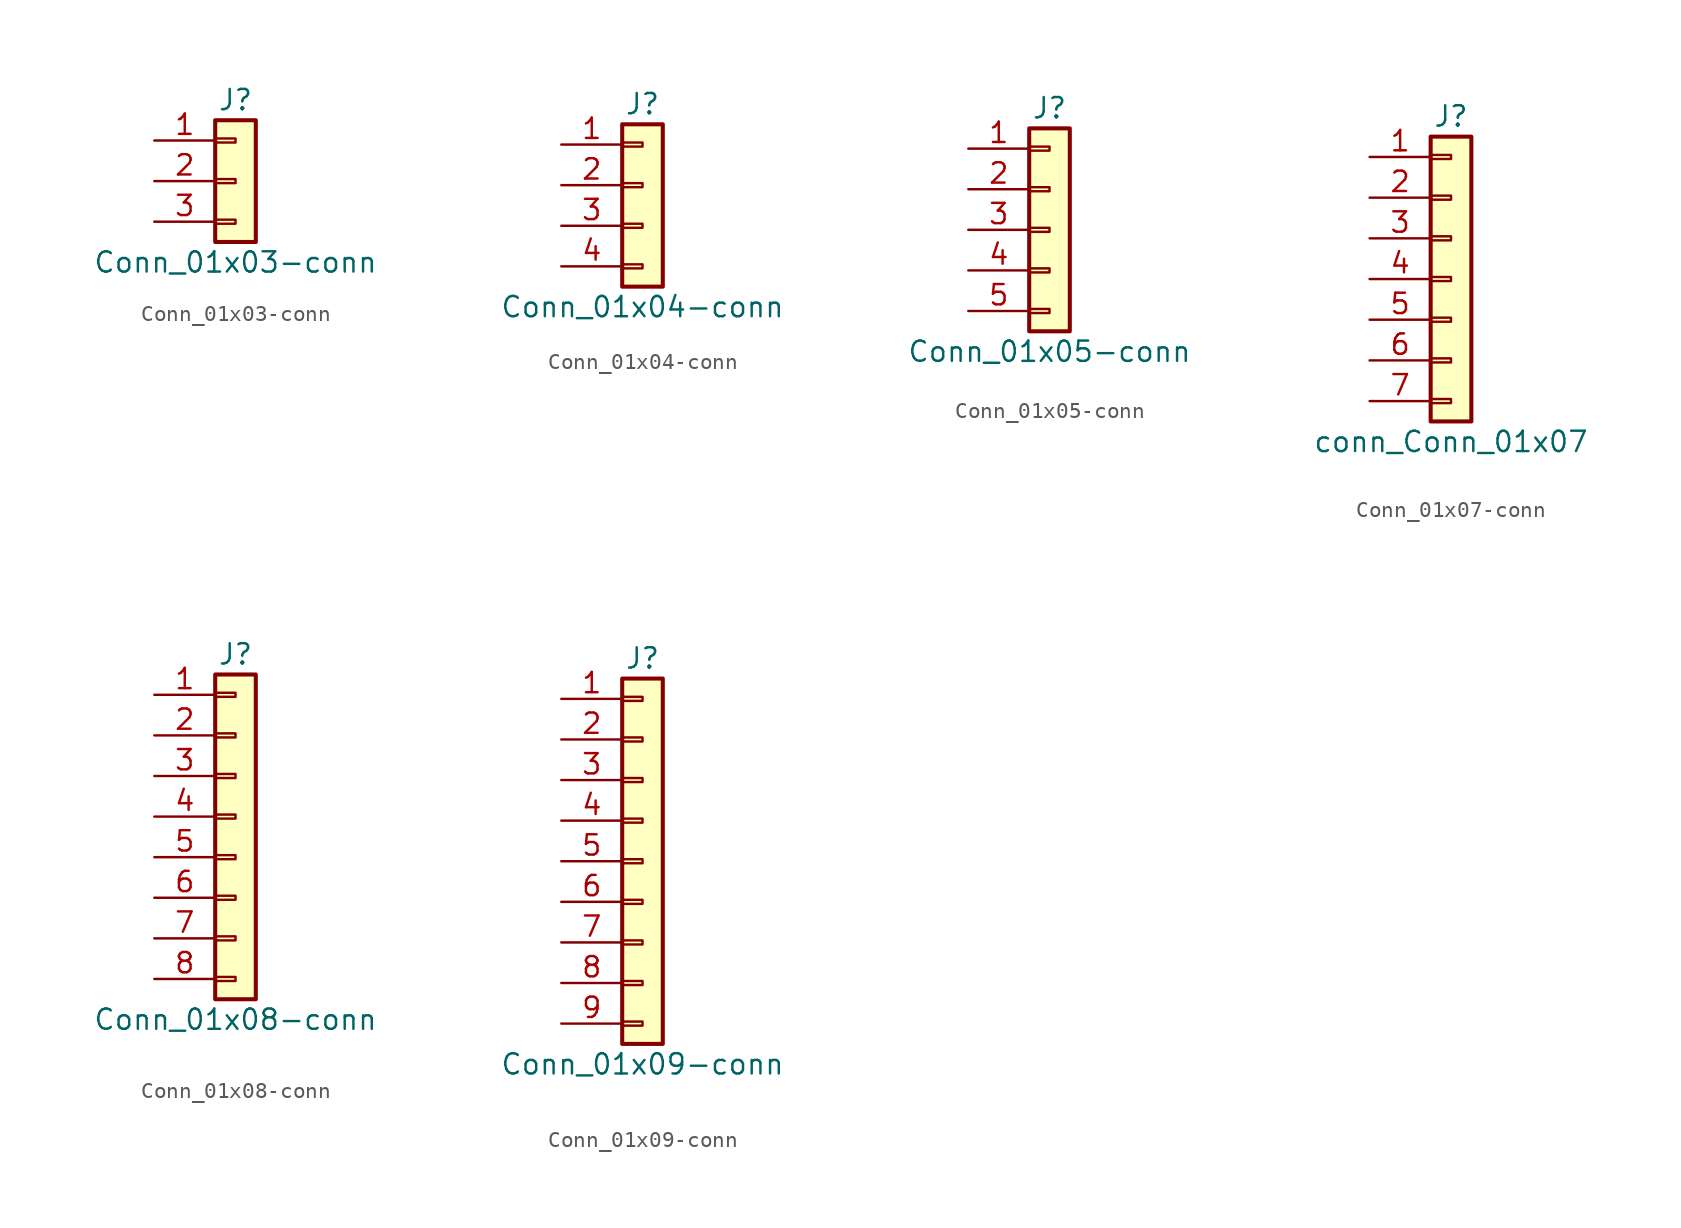
<source format=kicad_sym>
(kicad_symbol_lib
  (version 20220914)
  (generator kicad_symbol_editor)
  (symbol "Conn_01x03-conn"
    (pin_names
      (offset 1.016) hide)
    (property "Reference" "J"
      (at 0 5.08 0)
      (effects (font (size 1.27 1.27))))
    (property "Value" "Conn_01x03-conn"
      (at 0 -5.08 0)
      (effects (font (size 1.27 1.27))))
    (symbol "Conn_01x03-conn_1_1"
      (rectangle (start -1.27 -2.413) (end 0 -2.667) (stroke (width 0.152) (type solid)) (fill (type none)))
      (rectangle (start -1.27 0.127) (end 0 -0.127) (stroke (width 0.152) (type solid)) (fill (type none)))
      (rectangle (start -1.27 2.667) (end 0 2.413) (stroke (width 0.152) (type solid)) (fill (type none)))
      (rectangle (start -1.27 3.81) (end 1.27 -3.81) (stroke (width 0.254) (type solid)) (fill (type background)))
      (pin passive line (at -5.08 2.54 0) (length 3.81) (name "Pin_1" (effects (font (size 1.27 1.27)))) (number "1" (effects (font (size 1.27 1.27)))))
      (pin passive line (at -5.08 0 0) (length 3.81) (name "Pin_2" (effects (font (size 1.27 1.27)))) (number "2" (effects (font (size 1.27 1.27)))))
      (pin passive line (at -5.08 -2.54 0) (length 3.81) (name "Pin_3" (effects (font (size 1.27 1.27)))) (number "3" (effects (font (size 1.27 1.27)))))))
  (symbol "Conn_01x04-conn"
    (pin_names
      (offset 1.016) hide)
    (property "Reference" "J"
      (at 0 5.08 0)
      (effects (font (size 1.27 1.27))))
    (property "Value" "Conn_01x04-conn"
      (at 0 -7.62 0)
      (effects (font (size 1.27 1.27))))
    (symbol "Conn_01x04-conn_1_1"
      (rectangle (start -1.27 -4.953) (end 0 -5.207) (stroke (width 0.152) (type solid)) (fill (type none)))
      (rectangle (start -1.27 -2.413) (end 0 -2.667) (stroke (width 0.152) (type solid)) (fill (type none)))
      (rectangle (start -1.27 0.127) (end 0 -0.127) (stroke (width 0.152) (type solid)) (fill (type none)))
      (rectangle (start -1.27 2.667) (end 0 2.413) (stroke (width 0.152) (type solid)) (fill (type none)))
      (rectangle (start -1.27 3.81) (end 1.27 -6.35) (stroke (width 0.254) (type solid)) (fill (type background)))
      (pin passive line (at -5.08 2.54 0) (length 3.81) (name "Pin_1" (effects (font (size 1.27 1.27)))) (number "1" (effects (font (size 1.27 1.27)))))
      (pin passive line (at -5.08 0 0) (length 3.81) (name "Pin_2" (effects (font (size 1.27 1.27)))) (number "2" (effects (font (size 1.27 1.27)))))
      (pin passive line (at -5.08 -2.54 0) (length 3.81) (name "Pin_3" (effects (font (size 1.27 1.27)))) (number "3" (effects (font (size 1.27 1.27)))))
      (pin passive line (at -5.08 -5.08 0) (length 3.81) (name "Pin_4" (effects (font (size 1.27 1.27)))) (number "4" (effects (font (size 1.27 1.27)))))))
  (symbol "Conn_01x05-conn"
    (pin_names
      (offset 1.016) hide)
    (property "Reference" "J"
      (at 0 7.62 0)
      (effects (font (size 1.27 1.27))))
    (property "Value" "Conn_01x05-conn"
      (at 0 -7.62 0)
      (effects (font (size 1.27 1.27))))
    (symbol "Conn_01x05-conn_1_1"
      (rectangle (start -1.27 -4.953) (end 0 -5.207) (stroke (width 0.152) (type solid)) (fill (type none)))
      (rectangle (start -1.27 -2.413) (end 0 -2.667) (stroke (width 0.152) (type solid)) (fill (type none)))
      (rectangle (start -1.27 0.127) (end 0 -0.127) (stroke (width 0.152) (type solid)) (fill (type none)))
      (rectangle (start -1.27 2.667) (end 0 2.413) (stroke (width 0.152) (type solid)) (fill (type none)))
      (rectangle (start -1.27 5.207) (end 0 4.953) (stroke (width 0.152) (type solid)) (fill (type none)))
      (rectangle (start -1.27 6.35) (end 1.27 -6.35) (stroke (width 0.254) (type solid)) (fill (type background)))
      (pin passive line (at -5.08 5.08 0) (length 3.81) (name "Pin_1" (effects (font (size 1.27 1.27)))) (number "1" (effects (font (size 1.27 1.27)))))
      (pin passive line (at -5.08 2.54 0) (length 3.81) (name "Pin_2" (effects (font (size 1.27 1.27)))) (number "2" (effects (font (size 1.27 1.27)))))
      (pin passive line (at -5.08 0 0) (length 3.81) (name "Pin_3" (effects (font (size 1.27 1.27)))) (number "3" (effects (font (size 1.27 1.27)))))
      (pin passive line (at -5.08 -2.54 0) (length 3.81) (name "Pin_4" (effects (font (size 1.27 1.27)))) (number "4" (effects (font (size 1.27 1.27)))))
      (pin passive line (at -5.08 -5.08 0) (length 3.81) (name "Pin_5" (effects (font (size 1.27 1.27)))) (number "5" (effects (font (size 1.27 1.27)))))))
  (symbol "Conn_01x07-conn"
    (pin_names
      (offset 1.016) hide)
    (property "Reference" "J"
      (at 0 10.16 0)
      (effects (font (size 1.27 1.27))))
    (property "Value" "conn_Conn_01x07"
      (at 0 -10.16 0)
      (effects (font (size 1.27 1.27))))
    (symbol "Conn_01x07-conn_1_1"
      (rectangle (start -1.27 -7.493) (end 0 -7.747) (stroke (width 0.152) (type solid)) (fill (type none)))
      (rectangle (start -1.27 -4.953) (end 0 -5.207) (stroke (width 0.152) (type solid)) (fill (type none)))
      (rectangle (start -1.27 -2.413) (end 0 -2.667) (stroke (width 0.152) (type solid)) (fill (type none)))
      (rectangle (start -1.27 0.127) (end 0 -0.127) (stroke (width 0.152) (type solid)) (fill (type none)))
      (rectangle (start -1.27 2.667) (end 0 2.413) (stroke (width 0.152) (type solid)) (fill (type none)))
      (rectangle (start -1.27 5.207) (end 0 4.953) (stroke (width 0.152) (type solid)) (fill (type none)))
      (rectangle (start -1.27 7.747) (end 0 7.493) (stroke (width 0.152) (type solid)) (fill (type none)))
      (rectangle (start -1.27 8.89) (end 1.27 -8.89) (stroke (width 0.254) (type solid)) (fill (type background)))
      (pin passive line (at -5.08 7.62 0) (length 3.81) (name "Pin_1" (effects (font (size 1.27 1.27)))) (number "1" (effects (font (size 1.27 1.27)))))
      (pin passive line (at -5.08 5.08 0) (length 3.81) (name "Pin_2" (effects (font (size 1.27 1.27)))) (number "2" (effects (font (size 1.27 1.27)))))
      (pin passive line (at -5.08 2.54 0) (length 3.81) (name "Pin_3" (effects (font (size 1.27 1.27)))) (number "3" (effects (font (size 1.27 1.27)))))
      (pin passive line (at -5.08 0 0) (length 3.81) (name "Pin_4" (effects (font (size 1.27 1.27)))) (number "4" (effects (font (size 1.27 1.27)))))
      (pin passive line (at -5.08 -2.54 0) (length 3.81) (name "Pin_5" (effects (font (size 1.27 1.27)))) (number "5" (effects (font (size 1.27 1.27)))))
      (pin passive line (at -5.08 -5.08 0) (length 3.81) (name "Pin_6" (effects (font (size 1.27 1.27)))) (number "6" (effects (font (size 1.27 1.27)))))
      (pin passive line (at -5.08 -7.62 0) (length 3.81) (name "Pin_7" (effects (font (size 1.27 1.27)))) (number "7" (effects (font (size 1.27 1.27)))))))
  (symbol "Conn_01x08-conn"
    (pin_names
      (offset 1.016) hide)
    (property "Reference" "J"
      (at 0 10.16 0)
      (effects (font (size 1.27 1.27))))
    (property "Value" "Conn_01x08-conn"
      (at 0 -12.7 0)
      (effects (font (size 1.27 1.27))))
    (symbol "Conn_01x08-conn_1_1"
      (rectangle (start -1.27 -10.033) (end 0 -10.287) (stroke (width 0.152) (type solid)) (fill (type none)))
      (rectangle (start -1.27 -7.493) (end 0 -7.747) (stroke (width 0.152) (type solid)) (fill (type none)))
      (rectangle (start -1.27 -4.953) (end 0 -5.207) (stroke (width 0.152) (type solid)) (fill (type none)))
      (rectangle (start -1.27 -2.413) (end 0 -2.667) (stroke (width 0.152) (type solid)) (fill (type none)))
      (rectangle (start -1.27 0.127) (end 0 -0.127) (stroke (width 0.152) (type solid)) (fill (type none)))
      (rectangle (start -1.27 2.667) (end 0 2.413) (stroke (width 0.152) (type solid)) (fill (type none)))
      (rectangle (start -1.27 5.207) (end 0 4.953) (stroke (width 0.152) (type solid)) (fill (type none)))
      (rectangle (start -1.27 7.747) (end 0 7.493) (stroke (width 0.152) (type solid)) (fill (type none)))
      (rectangle (start -1.27 8.89) (end 1.27 -11.43) (stroke (width 0.254) (type solid)) (fill (type background)))
      (pin passive line (at -5.08 7.62 0) (length 3.81) (name "Pin_1" (effects (font (size 1.27 1.27)))) (number "1" (effects (font (size 1.27 1.27)))))
      (pin passive line (at -5.08 5.08 0) (length 3.81) (name "Pin_2" (effects (font (size 1.27 1.27)))) (number "2" (effects (font (size 1.27 1.27)))))
      (pin passive line (at -5.08 2.54 0) (length 3.81) (name "Pin_3" (effects (font (size 1.27 1.27)))) (number "3" (effects (font (size 1.27 1.27)))))
      (pin passive line (at -5.08 0 0) (length 3.81) (name "Pin_4" (effects (font (size 1.27 1.27)))) (number "4" (effects (font (size 1.27 1.27)))))
      (pin passive line (at -5.08 -2.54 0) (length 3.81) (name "Pin_5" (effects (font (size 1.27 1.27)))) (number "5" (effects (font (size 1.27 1.27)))))
      (pin passive line (at -5.08 -5.08 0) (length 3.81) (name "Pin_6" (effects (font (size 1.27 1.27)))) (number "6" (effects (font (size 1.27 1.27)))))
      (pin passive line (at -5.08 -7.62 0) (length 3.81) (name "Pin_7" (effects (font (size 1.27 1.27)))) (number "7" (effects (font (size 1.27 1.27)))))
      (pin passive line (at -5.08 -10.16 0) (length 3.81) (name "Pin_8" (effects (font (size 1.27 1.27)))) (number "8" (effects (font (size 1.27 1.27)))))))
  (symbol "Conn_01x09-conn"
    (pin_names
      (offset 1.016) hide)
    (property "Reference" "J"
      (at 0 12.7 0)
      (effects (font (size 1.27 1.27))))
    (property "Value" "Conn_01x09-conn"
      (at 0 -12.7 0)
      (effects (font (size 1.27 1.27))))
    (symbol "Conn_01x09-conn_1_1"
      (rectangle (start -1.27 -10.033) (end 0 -10.287) (stroke (width 0.152) (type solid)) (fill (type none)))
      (rectangle (start -1.27 -7.493) (end 0 -7.747) (stroke (width 0.152) (type solid)) (fill (type none)))
      (rectangle (start -1.27 -4.953) (end 0 -5.207) (stroke (width 0.152) (type solid)) (fill (type none)))
      (rectangle (start -1.27 -2.413) (end 0 -2.667) (stroke (width 0.152) (type solid)) (fill (type none)))
      (rectangle (start -1.27 0.127) (end 0 -0.127) (stroke (width 0.152) (type solid)) (fill (type none)))
      (rectangle (start -1.27 2.667) (end 0 2.413) (stroke (width 0.152) (type solid)) (fill (type none)))
      (rectangle (start -1.27 5.207) (end 0 4.953) (stroke (width 0.152) (type solid)) (fill (type none)))
      (rectangle (start -1.27 7.747) (end 0 7.493) (stroke (width 0.152) (type solid)) (fill (type none)))
      (rectangle (start -1.27 10.287) (end 0 10.033) (stroke (width 0.152) (type solid)) (fill (type none)))
      (rectangle (start -1.27 11.43) (end 1.27 -11.43) (stroke (width 0.254) (type solid)) (fill (type background)))
      (pin passive line (at -5.08 10.16 0) (length 3.81) (name "Pin_1" (effects (font (size 1.27 1.27)))) (number "1" (effects (font (size 1.27 1.27)))))
      (pin passive line (at -5.08 7.62 0) (length 3.81) (name "Pin_2" (effects (font (size 1.27 1.27)))) (number "2" (effects (font (size 1.27 1.27)))))
      (pin passive line (at -5.08 5.08 0) (length 3.81) (name "Pin_3" (effects (font (size 1.27 1.27)))) (number "3" (effects (font (size 1.27 1.27)))))
      (pin passive line (at -5.08 2.54 0) (length 3.81) (name "Pin_4" (effects (font (size 1.27 1.27)))) (number "4" (effects (font (size 1.27 1.27)))))
      (pin passive line (at -5.08 0 0) (length 3.81) (name "Pin_5" (effects (font (size 1.27 1.27)))) (number "5" (effects (font (size 1.27 1.27)))))
      (pin passive line (at -5.08 -2.54 0) (length 3.81) (name "Pin_6" (effects (font (size 1.27 1.27)))) (number "6" (effects (font (size 1.27 1.27)))))
      (pin passive line (at -5.08 -5.08 0) (length 3.81) (name "Pin_7" (effects (font (size 1.27 1.27)))) (number "7" (effects (font (size 1.27 1.27)))))
      (pin passive line (at -5.08 -7.62 0) (length 3.81) (name "Pin_8" (effects (font (size 1.27 1.27)))) (number "8" (effects (font (size 1.27 1.27)))))
      (pin passive line (at -5.08 -10.16 0) (length 3.81) (name "Pin_9" (effects (font (size 1.27 1.27)))) (number "9" (effects (font (size 1.27 1.27))))))))
</source>
